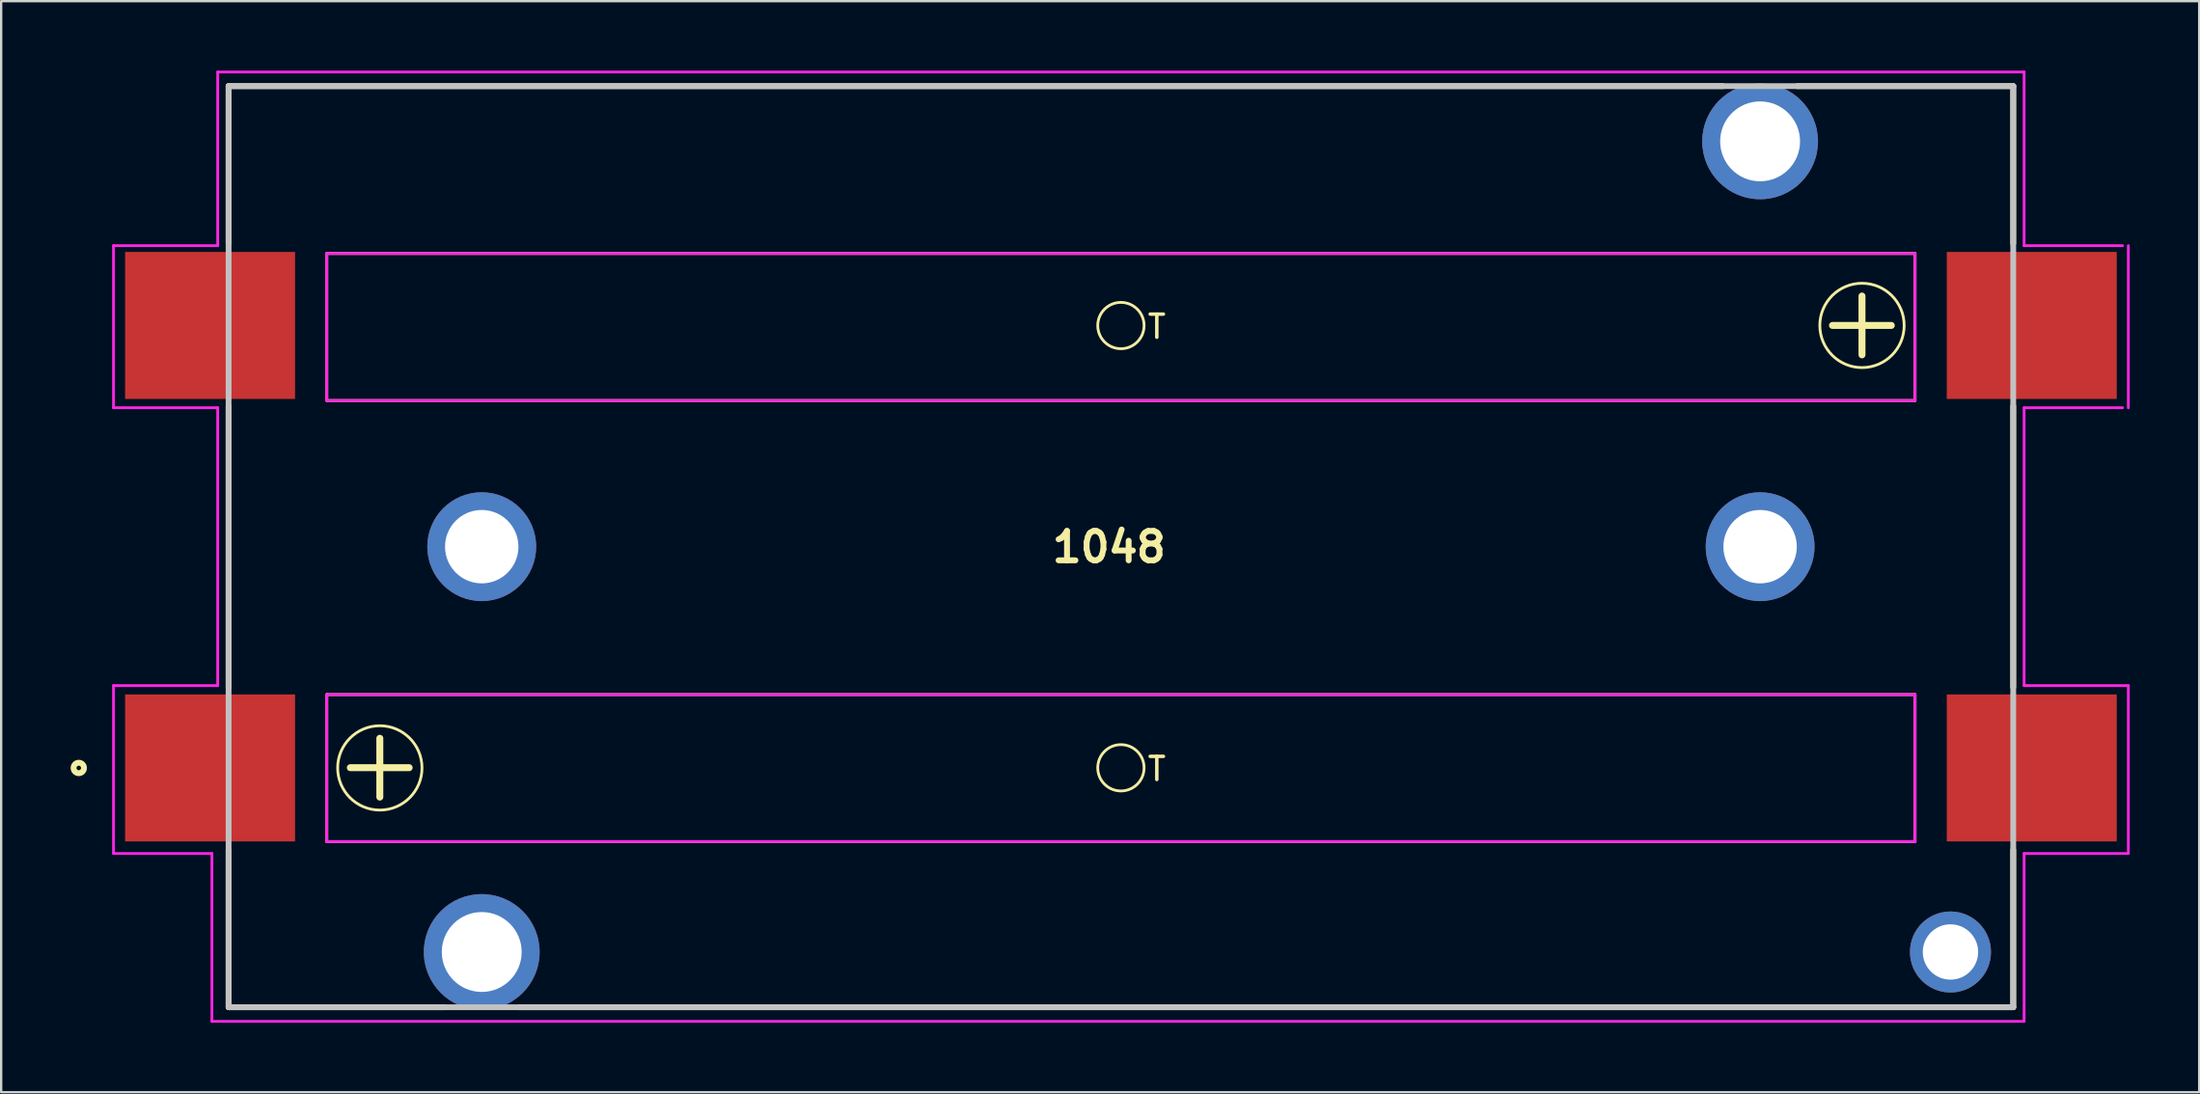
<source format=kicad_pcb>
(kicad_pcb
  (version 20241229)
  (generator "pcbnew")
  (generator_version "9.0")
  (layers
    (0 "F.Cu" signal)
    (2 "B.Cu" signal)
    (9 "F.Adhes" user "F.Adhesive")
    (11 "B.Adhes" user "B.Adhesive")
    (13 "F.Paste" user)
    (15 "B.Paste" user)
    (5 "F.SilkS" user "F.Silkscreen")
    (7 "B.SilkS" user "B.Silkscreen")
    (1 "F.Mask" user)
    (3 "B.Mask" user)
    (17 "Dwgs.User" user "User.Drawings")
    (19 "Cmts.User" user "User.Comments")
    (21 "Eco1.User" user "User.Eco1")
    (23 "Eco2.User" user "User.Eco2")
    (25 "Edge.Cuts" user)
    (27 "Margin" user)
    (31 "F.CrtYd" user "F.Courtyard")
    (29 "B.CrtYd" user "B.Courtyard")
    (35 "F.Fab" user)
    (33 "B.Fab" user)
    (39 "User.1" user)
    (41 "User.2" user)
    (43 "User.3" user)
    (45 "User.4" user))
  (footprint "1048"
    (layer "F.Cu")
    (at 45.351 20.56)
    (property "Reference" "1048" (at -0.513 0.015 0) (layer "F.SilkS") (effects (font (size 1.27 1.27) (thickness 0.254))))
    (attr through_hole)
    (fp_line (start -38.53 -19.89) (end -38.53 -13.1) (stroke (width 0.25) (type solid)) (layer "F.SilkS"))
    (fp_line (start -38.53 -19.89) (end 26 -19.89) (stroke (width 0.25) (type solid)) (layer "F.SilkS"))
    (fp_line (start -38.53 -6.069) (end -38.53 6.069) (stroke (width 0.25) (type solid)) (layer "F.SilkS"))
    (fp_line (start -38.53 19.89) (end -38.53 13.1) (stroke (width 0.25) (type solid)) (layer "F.SilkS"))
    (fp_line (start -38.53 19.89) (end -29.2 19.89) (stroke (width 0.25) (type solid)) (layer "F.SilkS"))
    (fp_line (start -34.29 -12.662) (end -34.29 -6.312) (stroke (width 0.12) (type solid)) (layer "F.SilkS"))
    (fp_line (start -34.29 -6.312) (end 34.29 -6.312) (stroke (width 0.12) (type solid)) (layer "F.SilkS"))
    (fp_line (start -34.29 6.388) (end -34.29 12.738) (stroke (width 0.12) (type solid)) (layer "F.SilkS"))
    (fp_line (start -34.29 12.738) (end 34.29 12.738) (stroke (width 0.12) (type solid)) (layer "F.SilkS"))
    (fp_line (start -32 9.545) (end -33.274 9.545) (stroke (width 0.3) (type solid)) (layer "F.SilkS"))
    (fp_line (start -32 9.545) (end -32 8.275) (stroke (width 0.3) (type solid)) (layer "F.SilkS"))
    (fp_line (start -32 9.545) (end -30.734 9.545) (stroke (width 0.3) (type solid)) (layer "F.SilkS"))
    (fp_line (start -32 10.815) (end -32 9.545) (stroke (width 0.3) (type solid)) (layer "F.SilkS"))
    (fp_line (start 32 -9.555) (end 30.726 -9.555) (stroke (width 0.3) (type solid)) (layer "F.SilkS"))
    (fp_line (start 32 -9.555) (end 32 -10.825) (stroke (width 0.3) (type solid)) (layer "F.SilkS"))
    (fp_line (start 32 -9.555) (end 32 -8.285) (stroke (width 0.3) (type solid)) (layer "F.SilkS"))
    (fp_line (start 32 -9.555) (end 33.266 -9.555) (stroke (width 0.3) (type solid)) (layer "F.SilkS"))
    (fp_line (start 34.29 -12.662) (end -34.29 -12.662) (stroke (width 0.12) (type solid)) (layer "F.SilkS"))
    (fp_line (start 34.29 -6.312) (end 34.29 -12.662) (stroke (width 0.12) (type solid)) (layer "F.SilkS"))
    (fp_line (start 34.29 6.388) (end -34.29 6.388) (stroke (width 0.12) (type solid)) (layer "F.SilkS"))
    (fp_line (start 34.29 12.738) (end 34.29 6.388) (stroke (width 0.12) (type solid)) (layer "F.SilkS"))
    (fp_line (start 38.53 -19.89) (end 29.2 -19.89) (stroke (width 0.25) (type solid)) (layer "F.SilkS"))
    (fp_line (start 38.53 -19.89) (end 38.53 -13.1) (stroke (width 0.25) (type solid)) (layer "F.SilkS"))
    (fp_line (start 38.53 -6.069) (end 38.53 6.069) (stroke (width 0.25) (type solid)) (layer "F.SilkS"))
    (fp_line (start 38.53 19.89) (end -26 19.89) (stroke (width 0.25) (type solid)) (layer "F.SilkS"))
    (fp_line (start 38.53 19.89) (end 38.53 13.1) (stroke (width 0.25) (type solid)) (layer "F.SilkS"))
    (fp_circle (center -44.999 9.557) (end -45.224 9.557) (stroke (width 0.254) (type solid)) (fill no) (layer "F.SilkS"))
    (fp_circle (center -32 9.555) (end -30.179 9.555) (stroke (width 0.12) (type solid)) (fill no) (layer "F.SilkS"))
    (fp_circle (center 0 -9.55) (end 1 -9.55) (stroke (width 0.12) (type solid)) (fill no) (layer "F.SilkS"))
    (fp_circle (center 0 9.55) (end 1 9.55) (stroke (width 0.12) (type solid)) (fill no) (layer "F.SilkS"))
    (fp_circle (center 32 -9.555) (end 33.821 -9.555) (stroke (width 0.12) (type solid)) (fill no) (layer "F.SilkS"))
    (fp_line (start -38.53 -19.89) (end 38.53 -19.89) (stroke (width 0.25) (type solid)) (layer "Dwgs.User"))
    (fp_line (start -38.53 19.89) (end -38.53 -19.89) (stroke (width 0.25) (type solid)) (layer "Dwgs.User"))
    (fp_line (start 38.53 -19.89) (end 38.53 19.89) (stroke (width 0.25) (type solid)) (layer "Dwgs.User"))
    (fp_line (start 38.53 19.89) (end -38.53 19.89) (stroke (width 0.25) (type solid)) (layer "Dwgs.User"))
    (fp_line (start -43.5 -13) (end -43.5 -6) (stroke (width 0.12) (type solid)) (layer "F.CrtYd"))
    (fp_line (start -43.5 -6) (end -39 -6) (stroke (width 0.12) (type solid)) (layer "F.CrtYd"))
    (fp_line (start -43.5 6) (end -39 6) (stroke (width 0.12) (type solid)) (layer "F.CrtYd"))
    (fp_line (start -43.5 13.25) (end -43.5 6) (stroke (width 0.12) (type solid)) (layer "F.CrtYd"))
    (fp_line (start -39.25 13.25) (end -43.5 13.25) (stroke (width 0.12) (type solid)) (layer "F.CrtYd"))
    (fp_line (start -39.25 20.5) (end -39.25 13.25) (stroke (width 0.12) (type solid)) (layer "F.CrtYd"))
    (fp_line (start -39 -20.5) (end 39 -20.5) (stroke (width 0.12) (type solid)) (layer "F.CrtYd"))
    (fp_line (start -39 -13) (end -43.5 -13) (stroke (width 0.12) (type solid)) (layer "F.CrtYd"))
    (fp_line (start -39 -13) (end -39 -20.5) (stroke (width 0.12) (type solid)) (layer "F.CrtYd"))
    (fp_line (start -39 6) (end -39 -6) (stroke (width 0.12) (type solid)) (layer "F.CrtYd"))
    (fp_line (start -34.29 -12.662) (end -34.29 -6.312) (stroke (width 0.12) (type solid)) (layer "F.CrtYd"))
    (fp_line (start -34.29 -6.312) (end 34.29 -6.312) (stroke (width 0.12) (type solid)) (layer "F.CrtYd"))
    (fp_line (start -34.29 6.388) (end -34.29 12.738) (stroke (width 0.12) (type solid)) (layer "F.CrtYd"))
    (fp_line (start -34.29 12.738) (end 34.29 12.738) (stroke (width 0.12) (type solid)) (layer "F.CrtYd"))
    (fp_line (start 34.29 -12.662) (end -34.29 -12.662) (stroke (width 0.12) (type solid)) (layer "F.CrtYd"))
    (fp_line (start 34.29 -6.312) (end 34.29 -12.662) (stroke (width 0.12) (type solid)) (layer "F.CrtYd"))
    (fp_line (start 34.29 6.388) (end -34.29 6.388) (stroke (width 0.12) (type solid)) (layer "F.CrtYd"))
    (fp_line (start 34.29 12.738) (end 34.29 6.388) (stroke (width 0.12) (type solid)) (layer "F.CrtYd"))
    (fp_line (start 39 -20.5) (end 39 -13) (stroke (width 0.12) (type solid)) (layer "F.CrtYd"))
    (fp_line (start 39 -13) (end 43.25 -13) (stroke (width 0.12) (type solid)) (layer "F.CrtYd"))
    (fp_line (start 39 -6) (end 39 6) (stroke (width 0.12) (type solid)) (layer "F.CrtYd"))
    (fp_line (start 39 6) (end 43.5 6) (stroke (width 0.12) (type solid)) (layer "F.CrtYd"))
    (fp_line (start 39 13.25) (end 39 20.5) (stroke (width 0.12) (type solid)) (layer "F.CrtYd"))
    (fp_line (start 39 20.5) (end -39.25 20.5) (stroke (width 0.12) (type solid)) (layer "F.CrtYd"))
    (fp_line (start 43.25 -6) (end 39 -6) (stroke (width 0.12) (type solid)) (layer "F.CrtYd"))
    (fp_line (start 43.5 -13) (end 43.5 -6) (stroke (width 0.12) (type solid)) (layer "F.CrtYd"))
    (fp_line (start 43.5 6) (end 43.5 13.25) (stroke (width 0.12) (type solid)) (layer "F.CrtYd"))
    (fp_line (start 43.5 13.25) (end 39 13.25) (stroke (width 0.12) (type solid)) (layer "F.CrtYd"))
    (fp_text user "T" (at 1.55 9.6 0) (layer "F.SilkS") (effects (font (size 1 1) (thickness 0.15))))
    (fp_text user "T" (at 1.55 -9.5 0) (layer "F.SilkS") (effects (font (size 1 1) (thickness 0.15))))
    (pad "" np_thru_hole circle (at -27.6 0 90) (size 4.7 4.7) (drill 3.17) (layers "*.Cu" "*.Mask"))
    (pad "" np_thru_hole circle (at -27.6 17.505 90) (size 5 5) (drill 3.45) (layers "*.Cu" "*.Mask"))
    (pad "" np_thru_hole circle (at 27.6 -17.505 90) (size 5 5) (drill 3.45) (layers "*.Cu" "*.Mask"))
    (pad "" np_thru_hole circle (at 27.6 0 90) (size 4.7 4.7) (drill 3.17) (layers "*.Cu" "*.Mask"))
    (pad "" np_thru_hole circle (at 35.82 17.505 90) (size 3.5 3.5) (drill 2.39) (layers "*.Cu" "*.Mask"))
    (pad "1" smd rect (at -39.33 9.555 90) (size 6.35 7.34) (layers "F.Cu" "F.Mask" "F.Paste"))
    (pad "2" smd rect (at 39.33 9.555 90) (size 6.35 7.34) (layers "F.Cu" "F.Mask" "F.Paste"))
    (pad "3" smd rect (at 39.33 -9.555 90) (size 6.35 7.34) (layers "F.Cu" "F.Mask" "F.Paste"))
    (pad "4" smd rect (at -39.33 -9.555 90) (size 6.35 7.34) (layers "F.Cu" "F.Mask" "F.Paste")))
  (gr_rect
    (start -3 -3)
    (end 91.911 44.12)
    (stroke (width 0.1) (type default))
    (fill no)
    (layer "Edge.Cuts")))
</source>
